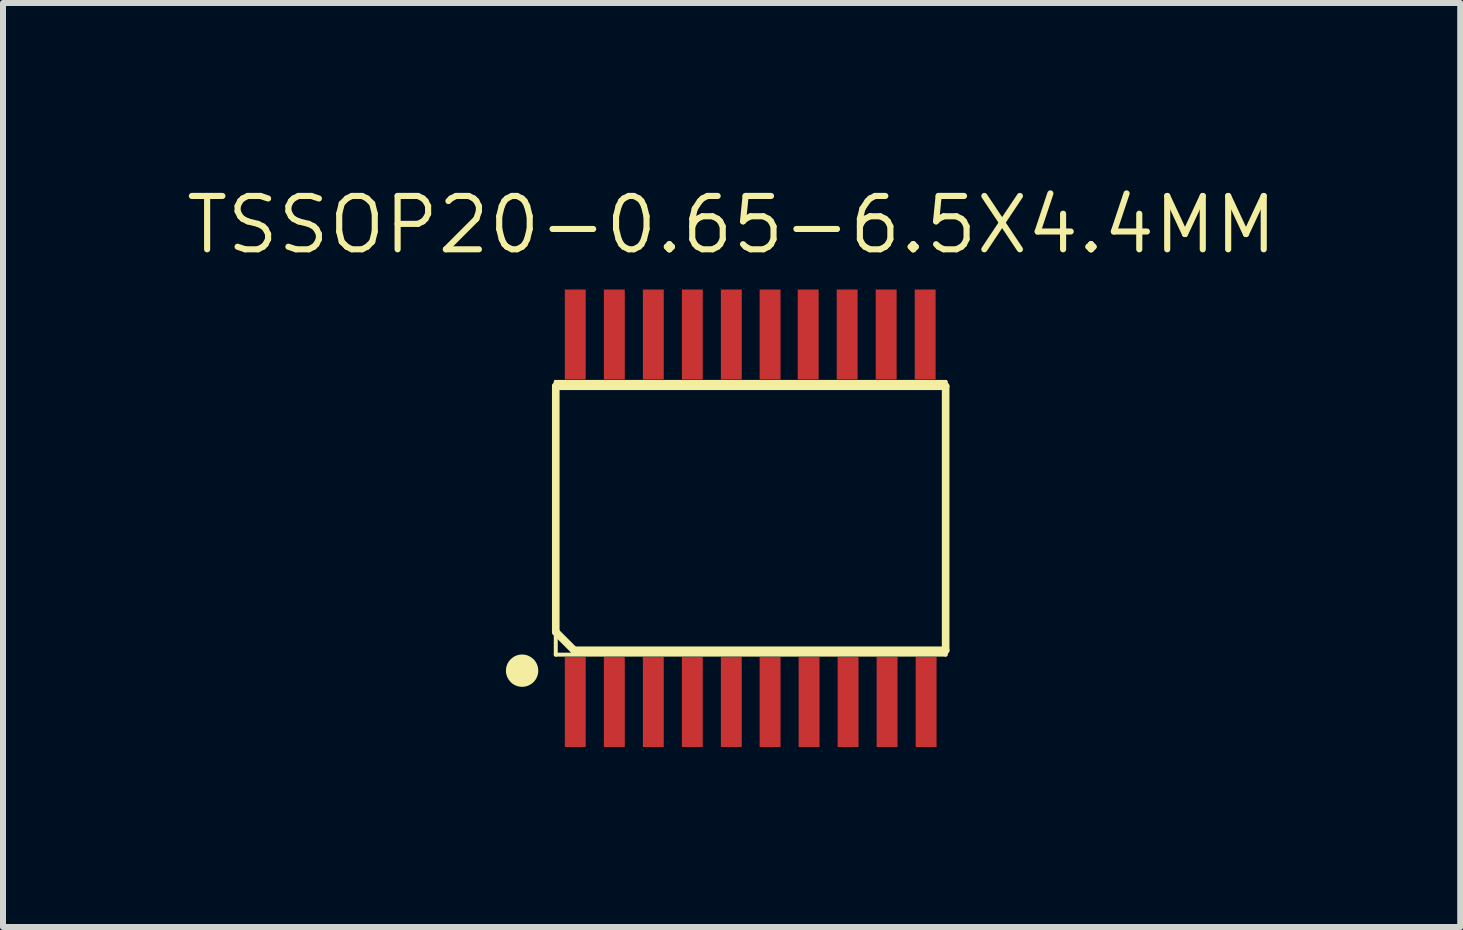
<source format=kicad_pcb>
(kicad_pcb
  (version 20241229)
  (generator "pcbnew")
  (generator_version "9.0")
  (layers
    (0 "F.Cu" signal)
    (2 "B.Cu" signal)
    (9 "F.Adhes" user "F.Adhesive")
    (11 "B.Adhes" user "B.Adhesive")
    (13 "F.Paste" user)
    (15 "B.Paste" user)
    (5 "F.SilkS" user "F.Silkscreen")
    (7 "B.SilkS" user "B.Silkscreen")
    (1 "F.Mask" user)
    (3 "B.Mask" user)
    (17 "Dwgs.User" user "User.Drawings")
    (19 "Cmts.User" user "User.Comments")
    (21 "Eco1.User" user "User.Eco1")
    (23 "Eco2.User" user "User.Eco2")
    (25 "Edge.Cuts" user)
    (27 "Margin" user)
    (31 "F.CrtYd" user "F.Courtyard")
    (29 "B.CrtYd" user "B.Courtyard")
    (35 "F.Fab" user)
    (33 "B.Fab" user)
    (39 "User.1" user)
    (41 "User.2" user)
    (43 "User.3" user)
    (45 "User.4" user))
  (footprint "TSSOP20-0.65-6.5X4.4MM"
    (layer "F.Cu")
    (at 9.462 5.588)
    (property "Reference" "TSSOP20-0.65-6.5X4.4MM" (at -0.318 -4.889 0) (layer "F.SilkS") (effects (font (size 0.889 0.889) (thickness 0.102))))
    (attr smd)
    (fp_line (start -3.249 -2.273) (end 3.249 -2.273) (stroke (width 0.066) (type solid)) (layer "F.SilkS"))
    (fp_line (start -3.249 -2.2) (end 3.249 -2.2) (stroke (width 0.127) (type solid)) (layer "F.SilkS"))
    (fp_line (start -3.249 1.895) (end -3.249 -2.2) (stroke (width 0.127) (type solid)) (layer "F.SilkS"))
    (fp_line (start -3.249 2.273) (end -3.249 -2.273) (stroke (width 0.066) (type solid)) (layer "F.SilkS"))
    (fp_line (start -3.249 2.273) (end 3.249 2.273) (stroke (width 0.066) (type solid)) (layer "F.SilkS"))
    (fp_line (start -2.944 2.2) (end -3.249 1.895) (stroke (width 0.127) (type solid)) (layer "F.SilkS"))
    (fp_line (start 3.249 -2.2) (end 3.249 2.2) (stroke (width 0.127) (type solid)) (layer "F.SilkS"))
    (fp_line (start 3.249 2.2) (end -2.944 2.2) (stroke (width 0.127) (type solid)) (layer "F.SilkS"))
    (fp_line (start 3.249 2.273) (end 3.249 -2.273) (stroke (width 0.066) (type solid)) (layer "F.SilkS"))
    (fp_circle (center -3.81 2.54) (end -4 2.731) (stroke (width 0) (type solid)) (fill yes) (layer "F.SilkS"))
    (pad "1" smd rect (at -2.924 3.063 90) (size 1.499 0.348) (layers "F.Cu" "F.Mask" "F.Paste"))
    (pad "2" smd rect (at -2.273 3.063 90) (size 1.499 0.348) (layers "F.Cu" "F.Mask" "F.Paste"))
    (pad "3" smd rect (at -1.623 3.063 90) (size 1.499 0.348) (layers "F.Cu" "F.Mask" "F.Paste"))
    (pad "4" smd rect (at -0.973 3.063 90) (size 1.499 0.348) (layers "F.Cu" "F.Mask" "F.Paste"))
    (pad "5" smd rect (at -0.323 3.063 90) (size 1.499 0.348) (layers "F.Cu" "F.Mask" "F.Paste"))
    (pad "6" smd rect (at 0.323 3.063 90) (size 1.499 0.348) (layers "F.Cu" "F.Mask" "F.Paste"))
    (pad "7" smd rect (at 0.973 3.063 90) (size 1.499 0.348) (layers "F.Cu" "F.Mask" "F.Paste"))
    (pad "8" smd rect (at 1.623 3.063 90) (size 1.499 0.348) (layers "F.Cu" "F.Mask" "F.Paste"))
    (pad "9" smd rect (at 2.273 3.063 90) (size 1.499 0.348) (layers "F.Cu" "F.Mask" "F.Paste"))
    (pad "10" smd rect (at 2.924 3.063 90) (size 1.499 0.348) (layers "F.Cu" "F.Mask" "F.Paste"))
    (pad "11" smd rect (at 2.908 -3.063 90) (size 1.499 0.348) (layers "F.Cu" "F.Mask" "F.Paste"))
    (pad "12" smd rect (at 2.258 -3.063 90) (size 1.499 0.348) (layers "F.Cu" "F.Mask" "F.Paste"))
    (pad "13" smd rect (at 1.608 -3.063 90) (size 1.499 0.348) (layers "F.Cu" "F.Mask" "F.Paste"))
    (pad "14" smd rect (at 0.958 -3.063 90) (size 1.499 0.348) (layers "F.Cu" "F.Mask" "F.Paste"))
    (pad "15" smd rect (at 0.323 -3.063 90) (size 1.499 0.348) (layers "F.Cu" "F.Mask" "F.Paste"))
    (pad "16" smd rect (at -0.323 -3.063 90) (size 1.499 0.348) (layers "F.Cu" "F.Mask" "F.Paste"))
    (pad "17" smd rect (at -0.973 -3.063 90) (size 1.499 0.348) (layers "F.Cu" "F.Mask" "F.Paste"))
    (pad "18" smd rect (at -1.623 -3.063 90) (size 1.499 0.348) (layers "F.Cu" "F.Mask" "F.Paste"))
    (pad "19" smd rect (at -2.273 -3.063 90) (size 1.499 0.348) (layers "F.Cu" "F.Mask" "F.Paste"))
    (pad "20" smd rect (at -2.924 -3.063 90) (size 1.499 0.348) (layers "F.Cu" "F.Mask" "F.Paste")))
  (gr_rect
    (start -3 -3)
    (end 21.288 12.4)
    (stroke (width 0.1) (type default))
    (fill no)
    (layer "Edge.Cuts")))
</source>
